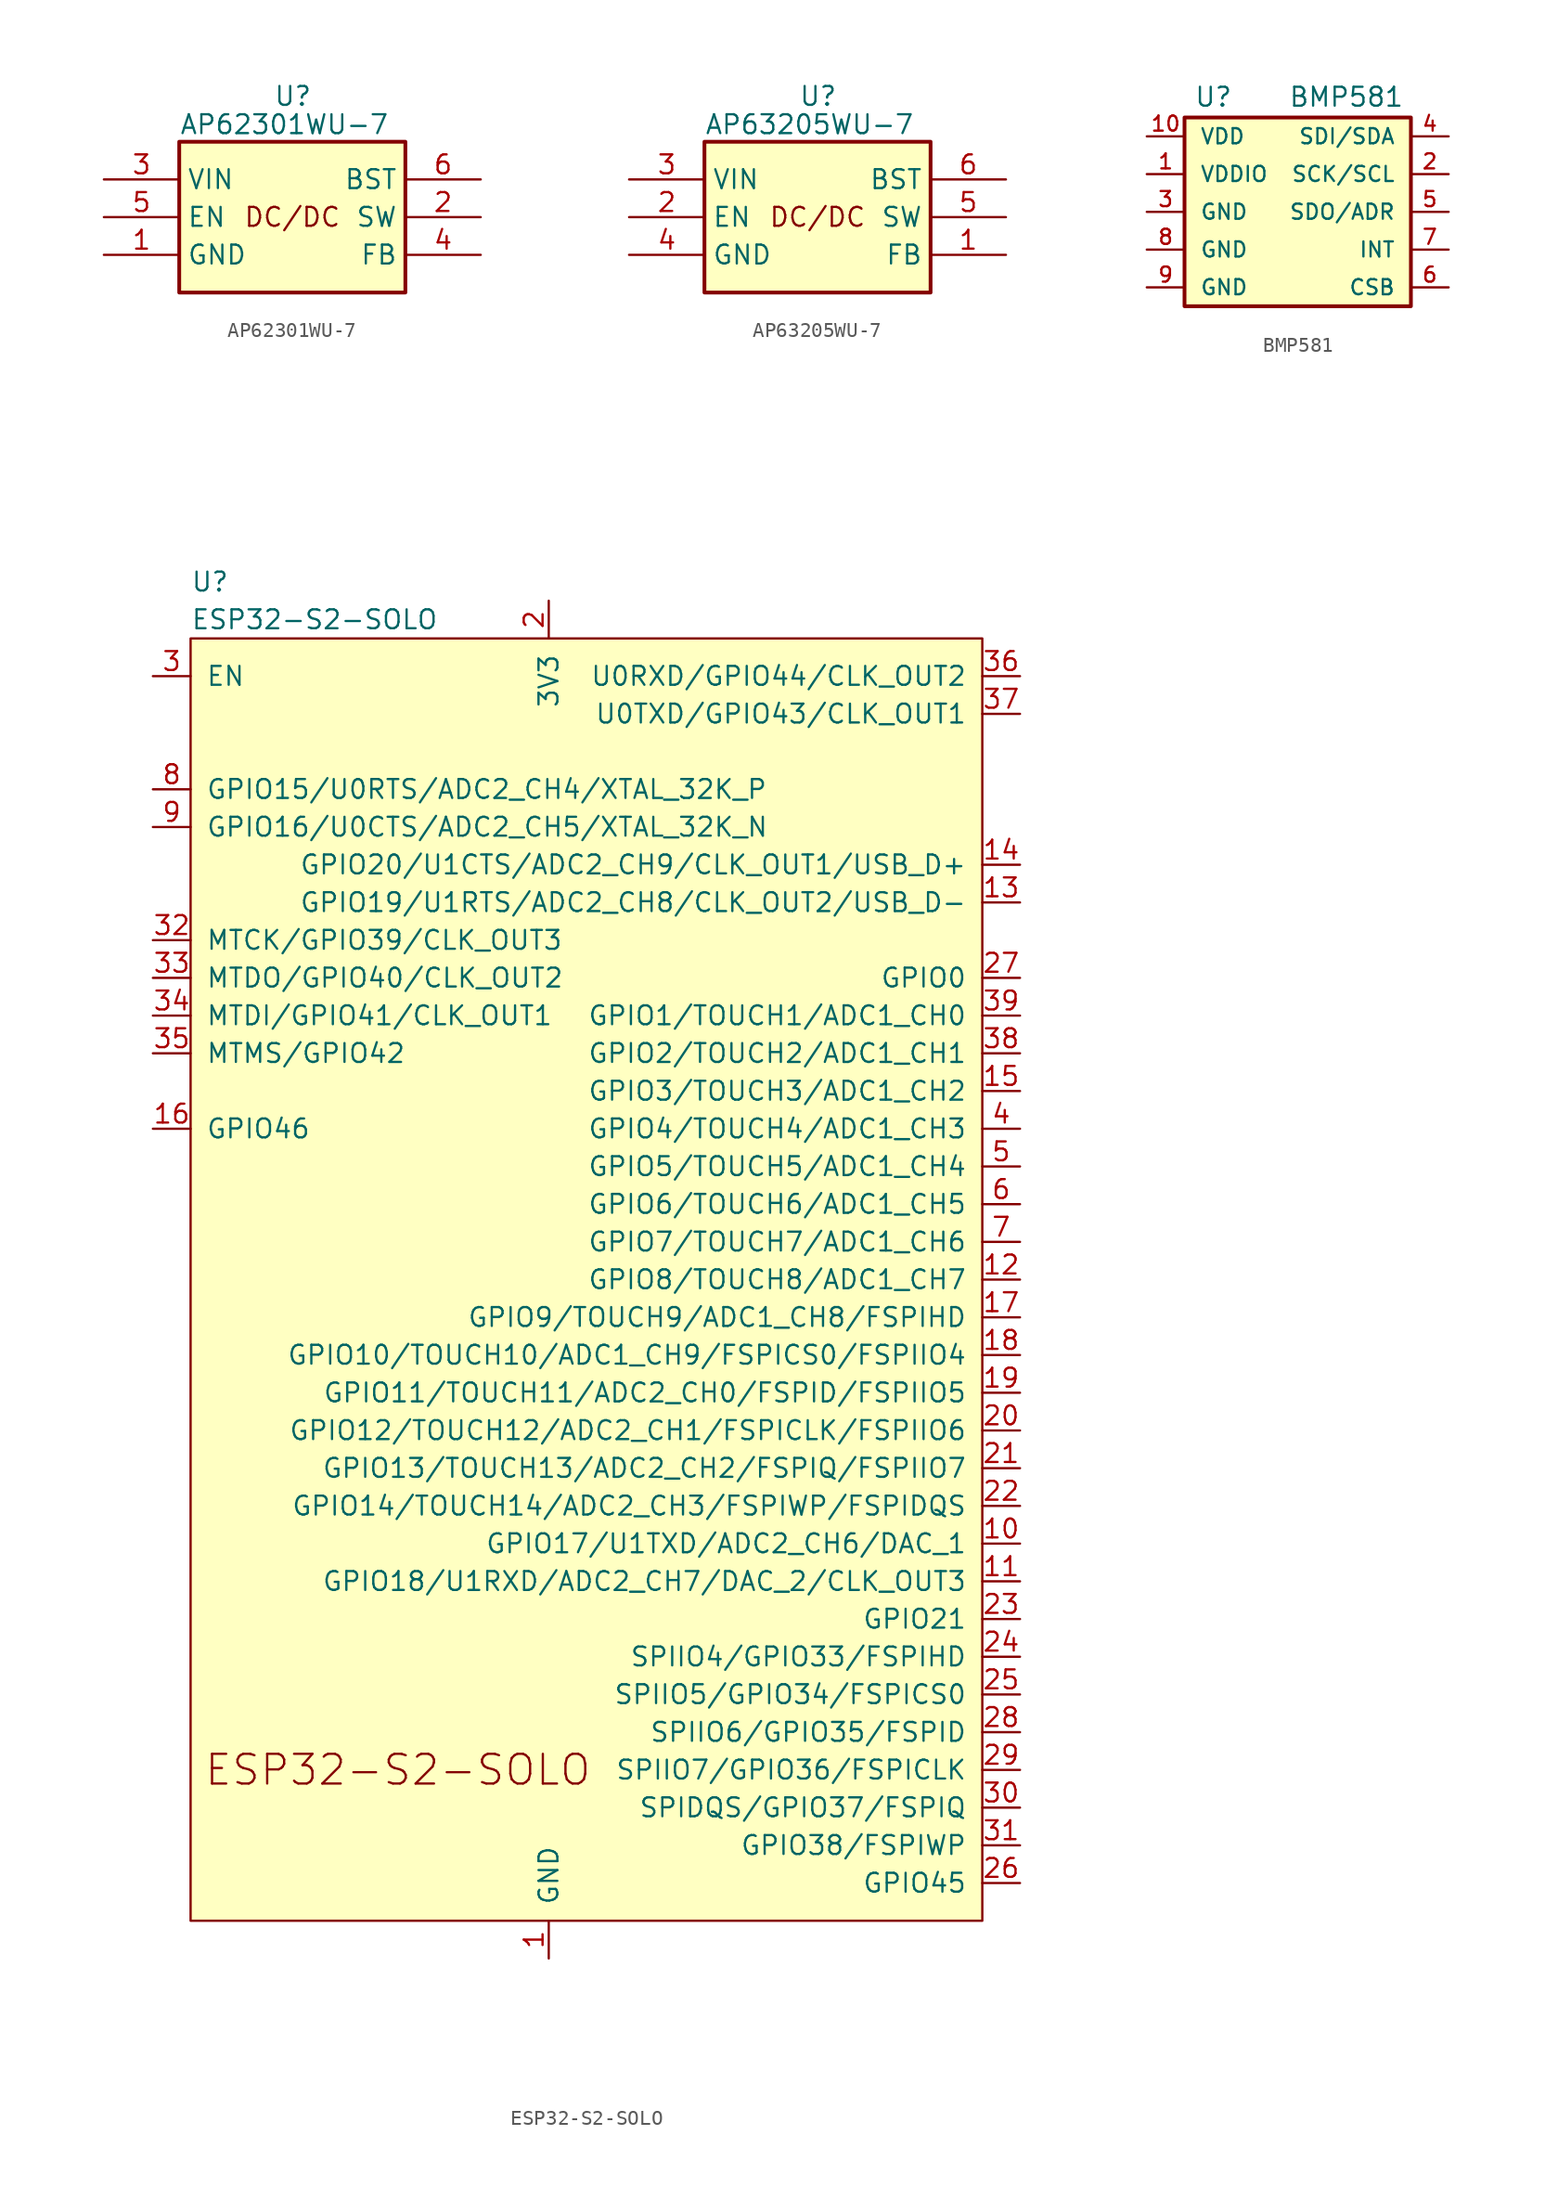
<source format=kicad_sym>
(kicad_symbol_lib
  (version 20220914)
  (generator kicad_symbol_editor)
  (symbol "AP62301WU-7"
    (property "Reference" "U"
      (at -1.27 8.89 0)
      (effects (font (size 1.27 1.27)) (justify left top)))
    (property "Value" "AP62301WU-7"
      (at -7.62 6.985 0)
      (effects (font (size 1.27 1.27)) (justify left top)))
    (symbol "AP62301WU-7_1_1"
      (rectangle (start -7.62 5.08) (end 7.62 -5.08) (stroke (width 0.254) (type default)) (fill (type background)))
      (text "DC/DC" (at 0 0 0) (effects (font (size 1.27 1.27))))
      (pin power_in line (at -12.7 -2.54 0) (length 5.08) (name "GND" (effects (font (size 1.27 1.27)))) (number "1" (effects (font (size 1.27 1.27)))))
      (pin output line (at 12.7 0 180) (length 5.08) (name "SW" (effects (font (size 1.27 1.27)))) (number "2" (effects (font (size 1.27 1.27)))))
      (pin power_in line (at -12.7 2.54 0) (length 5.08) (name "VIN" (effects (font (size 1.27 1.27)))) (number "3" (effects (font (size 1.27 1.27)))))
      (pin input line (at 12.7 -2.54 180) (length 5.08) (name "FB" (effects (font (size 1.27 1.27)))) (number "4" (effects (font (size 1.27 1.27)))))
      (pin input line (at -12.7 0 0) (length 5.08) (name "EN" (effects (font (size 1.27 1.27)))) (number "5" (effects (font (size 1.27 1.27)))))
      (pin input line (at 12.7 2.54 180) (length 5.08) (name "BST" (effects (font (size 1.27 1.27)))) (number "6" (effects (font (size 1.27 1.27)))))))
  (symbol "AP63205WU-7"
    (property "Reference" "U"
      (at -1.27 8.89 0)
      (effects (font (size 1.27 1.27)) (justify left top)))
    (property "Value" "AP63205WU-7"
      (at -7.62 6.985 0)
      (effects (font (size 1.27 1.27)) (justify left top)))
    (symbol "AP63205WU-7_1_1"
      (rectangle (start -7.62 5.08) (end 7.62 -5.08) (stroke (width 0.254) (type default)) (fill (type background)))
      (text "DC/DC" (at 0 0 0) (effects (font (size 1.27 1.27))))
      (pin input line (at 12.7 -2.54 180) (length 5.08) (name "FB" (effects (font (size 1.27 1.27)))) (number "1" (effects (font (size 1.27 1.27)))))
      (pin input line (at -12.7 0 0) (length 5.08) (name "EN" (effects (font (size 1.27 1.27)))) (number "2" (effects (font (size 1.27 1.27)))))
      (pin power_in line (at -12.7 2.54 0) (length 5.08) (name "VIN" (effects (font (size 1.27 1.27)))) (number "3" (effects (font (size 1.27 1.27)))))
      (pin power_in line (at -12.7 -2.54 0) (length 5.08) (name "GND" (effects (font (size 1.27 1.27)))) (number "4" (effects (font (size 1.27 1.27)))))
      (pin output line (at 12.7 0 180) (length 5.08) (name "SW" (effects (font (size 1.27 1.27)))) (number "5" (effects (font (size 1.27 1.27)))))
      (pin input line (at 12.7 2.54 180) (length 5.08) (name "BST" (effects (font (size 1.27 1.27)))) (number "6" (effects (font (size 1.27 1.27)))))))
  (symbol "BMP581"
    (pin_names
      (offset 1.016))
    (property "Reference" "U"
      (at -6.985 6.985 0)
      (effects (font (size 1.27 1.27)) (justify left bottom)))
    (property "Value" "BMP581"
      (at -0.635 6.985 0)
      (effects (font (size 1.27 1.27)) (justify left bottom)))
    (symbol "BMP581_0_0"
      (rectangle (start -7.62 6.35) (end 7.62 -6.35) (stroke (width 0.254) (type default)) (fill (type background)))
      (pin power_in line (at -10.16 2.54 0) (length 2.54) (name "VDDIO" (effects (font (size 1.016 1.016)))) (number "1" (effects (font (size 1.016 1.016)))))
      (pin power_in line (at -10.16 5.08 0) (length 2.54) (name "VDD" (effects (font (size 1.016 1.016)))) (number "10" (effects (font (size 1.016 1.016)))))
      (pin bidirectional line (at 10.16 2.54 180) (length 2.54) (name "SCK/SCL" (effects (font (size 1.016 1.016)))) (number "2" (effects (font (size 1.016 1.016)))))
      (pin power_in line (at -10.16 0 0) (length 2.54) (name "GND" (effects (font (size 1.016 1.016)))) (number "3" (effects (font (size 1.016 1.016)))))
      (pin bidirectional line (at 10.16 5.08 180) (length 2.54) (name "SDI/SDA" (effects (font (size 1.016 1.016)))) (number "4" (effects (font (size 1.016 1.016)))))
      (pin bidirectional line (at 10.16 0 180) (length 2.54) (name "SDO/ADR" (effects (font (size 1.016 1.016)))) (number "5" (effects (font (size 1.016 1.016)))))
      (pin input line (at 10.16 -5.08 180) (length 2.54) (name "CSB" (effects (font (size 1.016 1.016)))) (number "6" (effects (font (size 1.016 1.016)))))
      (pin output line (at 10.16 -2.54 180) (length 2.54) (name "INT" (effects (font (size 1.016 1.016)))) (number "7" (effects (font (size 1.016 1.016)))))
      (pin power_in line (at -10.16 -2.54 0) (length 2.54) (name "GND" (effects (font (size 1.016 1.016)))) (number "8" (effects (font (size 1.016 1.016)))))
      (pin power_in line (at -10.16 -5.08 0) (length 2.54) (name "GND" (effects (font (size 1.016 1.016)))) (number "9" (effects (font (size 1.016 1.016)))))))
  (symbol "ESP32-S2-SOLO"
    (pin_names
      (offset 1.016))
    (property "Reference" "U"
      (at -26.67 44.45 0)
      (effects (font (size 1.27 1.27)) (justify left)))
    (property "Value" "ESP32-S2-SOLO"
      (at -26.67 41.91 0)
      (effects (font (size 1.27 1.27)) (justify left)))
    (symbol "ESP32-S2-SOLO_0_1"
      (rectangle (start -26.67 40.64) (end 26.67 -45.72) (stroke (width 0) (type default)) (fill (type background))))
    (symbol "ESP32-S2-SOLO_1_1"
      (text "ESP32-S2-SOLO" (at -12.7 -35.56 0) (effects (font (size 2 2))))
      (pin power_in line (at -2.54 -48.26 90) (length 2.54) (name "GND" (effects (font (size 1.27 1.27)))) (number "1" (effects (font (size 1.27 1.27)))))
      (pin bidirectional line (at 29.21 -20.32 180) (length 2.54) (name "GPIO17/U1TXD/ADC2_CH6/DAC_1" (effects (font (size 1.27 1.27)))) (number "10" (effects (font (size 1.27 1.27)))))
      (pin bidirectional line (at 29.21 -22.86 180) (length 2.54) (name "GPIO18/U1RXD/ADC2_CH7/DAC_2/CLK_OUT3" (effects (font (size 1.27 1.27)))) (number "11" (effects (font (size 1.27 1.27)))))
      (pin bidirectional line (at 29.21 -2.54 180) (length 2.54) (name "GPIO8/TOUCH8/ADC1_CH7" (effects (font (size 1.27 1.27)))) (number "12" (effects (font (size 1.27 1.27)))))
      (pin bidirectional line (at 29.21 22.86 180) (length 2.54) (name "GPIO19/U1RTS/ADC2_CH8/CLK_OUT2/USB_D-" (effects (font (size 1.27 1.27)))) (number "13" (effects (font (size 1.27 1.27)))))
      (pin bidirectional line (at 29.21 25.4 180) (length 2.54) (name "GPIO20/U1CTS/ADC2_CH9/CLK_OUT1/USB_D+" (effects (font (size 1.27 1.27)))) (number "14" (effects (font (size 1.27 1.27)))))
      (pin bidirectional line (at 29.21 10.16 180) (length 2.54) (name "GPIO3/TOUCH3/ADC1_CH2" (effects (font (size 1.27 1.27)))) (number "15" (effects (font (size 1.27 1.27)))))
      (pin input line (at -29.21 7.62 0) (length 2.54) (name "GPIO46" (effects (font (size 1.27 1.27)))) (number "16" (effects (font (size 1.27 1.27)))))
      (pin bidirectional line (at 29.21 -5.08 180) (length 2.54) (name "GPIO9/TOUCH9/ADC1_CH8/FSPIHD" (effects (font (size 1.27 1.27)))) (number "17" (effects (font (size 1.27 1.27)))))
      (pin bidirectional line (at 29.21 -7.62 180) (length 2.54) (name "GPIO10/TOUCH10/ADC1_CH9/FSPICS0/FSPIIO4" (effects (font (size 1.27 1.27)))) (number "18" (effects (font (size 1.27 1.27)))))
      (pin bidirectional line (at 29.21 -10.16 180) (length 2.54) (name "GPIO11/TOUCH11/ADC2_CH0/FSPID/FSPIIO5" (effects (font (size 1.27 1.27)))) (number "19" (effects (font (size 1.27 1.27)))))
      (pin power_in line (at -2.54 43.18 270) (length 2.54) (name "3V3" (effects (font (size 1.27 1.27)))) (number "2" (effects (font (size 1.27 1.27)))))
      (pin bidirectional line (at 29.21 -12.7 180) (length 2.54) (name "GPIO12/TOUCH12/ADC2_CH1/FSPICLK/FSPIIO6" (effects (font (size 1.27 1.27)))) (number "20" (effects (font (size 1.27 1.27)))))
      (pin bidirectional line (at 29.21 -15.24 180) (length 2.54) (name "GPIO13/TOUCH13/ADC2_CH2/FSPIQ/FSPIIO7" (effects (font (size 1.27 1.27)))) (number "21" (effects (font (size 1.27 1.27)))))
      (pin bidirectional line (at 29.21 -17.78 180) (length 2.54) (name "GPIO14/TOUCH14/ADC2_CH3/FSPIWP/FSPIDQS" (effects (font (size 1.27 1.27)))) (number "22" (effects (font (size 1.27 1.27)))))
      (pin bidirectional line (at 29.21 -25.4 180) (length 2.54) (name "GPIO21" (effects (font (size 1.27 1.27)))) (number "23" (effects (font (size 1.27 1.27)))))
      (pin bidirectional line (at 29.21 -27.94 180) (length 2.54) (name "SPIIO4/GPIO33/FSPIHD" (effects (font (size 1.27 1.27)))) (number "24" (effects (font (size 1.27 1.27)))))
      (pin bidirectional line (at 29.21 -30.48 180) (length 2.54) (name "SPIIO5/GPIO34/FSPICS0" (effects (font (size 1.27 1.27)))) (number "25" (effects (font (size 1.27 1.27)))))
      (pin bidirectional line (at 29.21 -43.18 180) (length 2.54) (name "GPIO45" (effects (font (size 1.27 1.27)))) (number "26" (effects (font (size 1.27 1.27)))))
      (pin bidirectional line (at 29.21 17.78 180) (length 2.54) (name "GPIO0" (effects (font (size 1.27 1.27)))) (number "27" (effects (font (size 1.27 1.27)))))
      (pin bidirectional line (at 29.21 -33.02 180) (length 2.54) (name "SPIIO6/GPIO35/FSPID" (effects (font (size 1.27 1.27)))) (number "28" (effects (font (size 1.27 1.27)))))
      (pin bidirectional line (at 29.21 -35.56 180) (length 2.54) (name "SPIIO7/GPIO36/FSPICLK" (effects (font (size 1.27 1.27)))) (number "29" (effects (font (size 1.27 1.27)))))
      (pin bidirectional line (at -29.21 38.1 0) (length 2.54) (name "EN" (effects (font (size 1.27 1.27)))) (number "3" (effects (font (size 1.27 1.27)))))
      (pin bidirectional line (at 29.21 -38.1 180) (length 2.54) (name "SPIDQS/GPIO37/FSPIQ" (effects (font (size 1.27 1.27)))) (number "30" (effects (font (size 1.27 1.27)))))
      (pin bidirectional line (at 29.21 -40.64 180) (length 2.54) (name "GPIO38/FSPIWP" (effects (font (size 1.27 1.27)))) (number "31" (effects (font (size 1.27 1.27)))))
      (pin bidirectional line (at -29.21 20.32 0) (length 2.54) (name "MTCK/GPIO39/CLK_OUT3" (effects (font (size 1.27 1.27)))) (number "32" (effects (font (size 1.27 1.27)))))
      (pin bidirectional line (at -29.21 17.78 0) (length 2.54) (name "MTDO/GPIO40/CLK_OUT2" (effects (font (size 1.27 1.27)))) (number "33" (effects (font (size 1.27 1.27)))))
      (pin bidirectional line (at -29.21 15.24 0) (length 2.54) (name "MTDI/GPIO41/CLK_OUT1" (effects (font (size 1.27 1.27)))) (number "34" (effects (font (size 1.27 1.27)))))
      (pin bidirectional line (at -29.21 12.7 0) (length 2.54) (name "MTMS/GPIO42" (effects (font (size 1.27 1.27)))) (number "35" (effects (font (size 1.27 1.27)))))
      (pin bidirectional line (at 29.21 38.1 180) (length 2.54) (name "U0RXD/GPIO44/CLK_OUT2" (effects (font (size 1.27 1.27)))) (number "36" (effects (font (size 1.27 1.27)))))
      (pin bidirectional line (at 29.21 35.56 180) (length 2.54) (name "U0TXD/GPIO43/CLK_OUT1" (effects (font (size 1.27 1.27)))) (number "37" (effects (font (size 1.27 1.27)))))
      (pin bidirectional line (at 29.21 12.7 180) (length 2.54) (name "GPIO2/TOUCH2/ADC1_CH1" (effects (font (size 1.27 1.27)))) (number "38" (effects (font (size 1.27 1.27)))))
      (pin bidirectional line (at 29.21 15.24 180) (length 2.54) (name "GPIO1/TOUCH1/ADC1_CH0" (effects (font (size 1.27 1.27)))) (number "39" (effects (font (size 1.27 1.27)))))
      (pin bidirectional line (at 29.21 7.62 180) (length 2.54) (name "GPIO4/TOUCH4/ADC1_CH3" (effects (font (size 1.27 1.27)))) (number "4" (effects (font (size 1.27 1.27)))))
      (pin passive line (at -2.54 -48.26 90) (length 2.54) hide (name "GND" (effects (font (size 1.27 1.27)))) (number "40" (effects (font (size 1.27 1.27)))))
      (pin passive line (at -2.54 -48.26 90) (length 2.54) hide (name "GND" (effects (font (size 1.27 1.27)))) (number "41" (effects (font (size 1.27 1.27)))))
      (pin bidirectional line (at 29.21 5.08 180) (length 2.54) (name "GPIO5/TOUCH5/ADC1_CH4" (effects (font (size 1.27 1.27)))) (number "5" (effects (font (size 1.27 1.27)))))
      (pin bidirectional line (at 29.21 2.54 180) (length 2.54) (name "GPIO6/TOUCH6/ADC1_CH5" (effects (font (size 1.27 1.27)))) (number "6" (effects (font (size 1.27 1.27)))))
      (pin bidirectional line (at 29.21 0 180) (length 2.54) (name "GPIO7/TOUCH7/ADC1_CH6" (effects (font (size 1.27 1.27)))) (number "7" (effects (font (size 1.27 1.27)))))
      (pin bidirectional line (at -29.21 30.48 0) (length 2.54) (name "GPIO15/U0RTS/ADC2_CH4/XTAL_32K_P" (effects (font (size 1.27 1.27)))) (number "8" (effects (font (size 1.27 1.27)))))
      (pin bidirectional line (at -29.21 27.94 0) (length 2.54) (name "GPIO16/U0CTS/ADC2_CH5/XTAL_32K_N" (effects (font (size 1.27 1.27)))) (number "9" (effects (font (size 1.27 1.27))))))))
</source>
